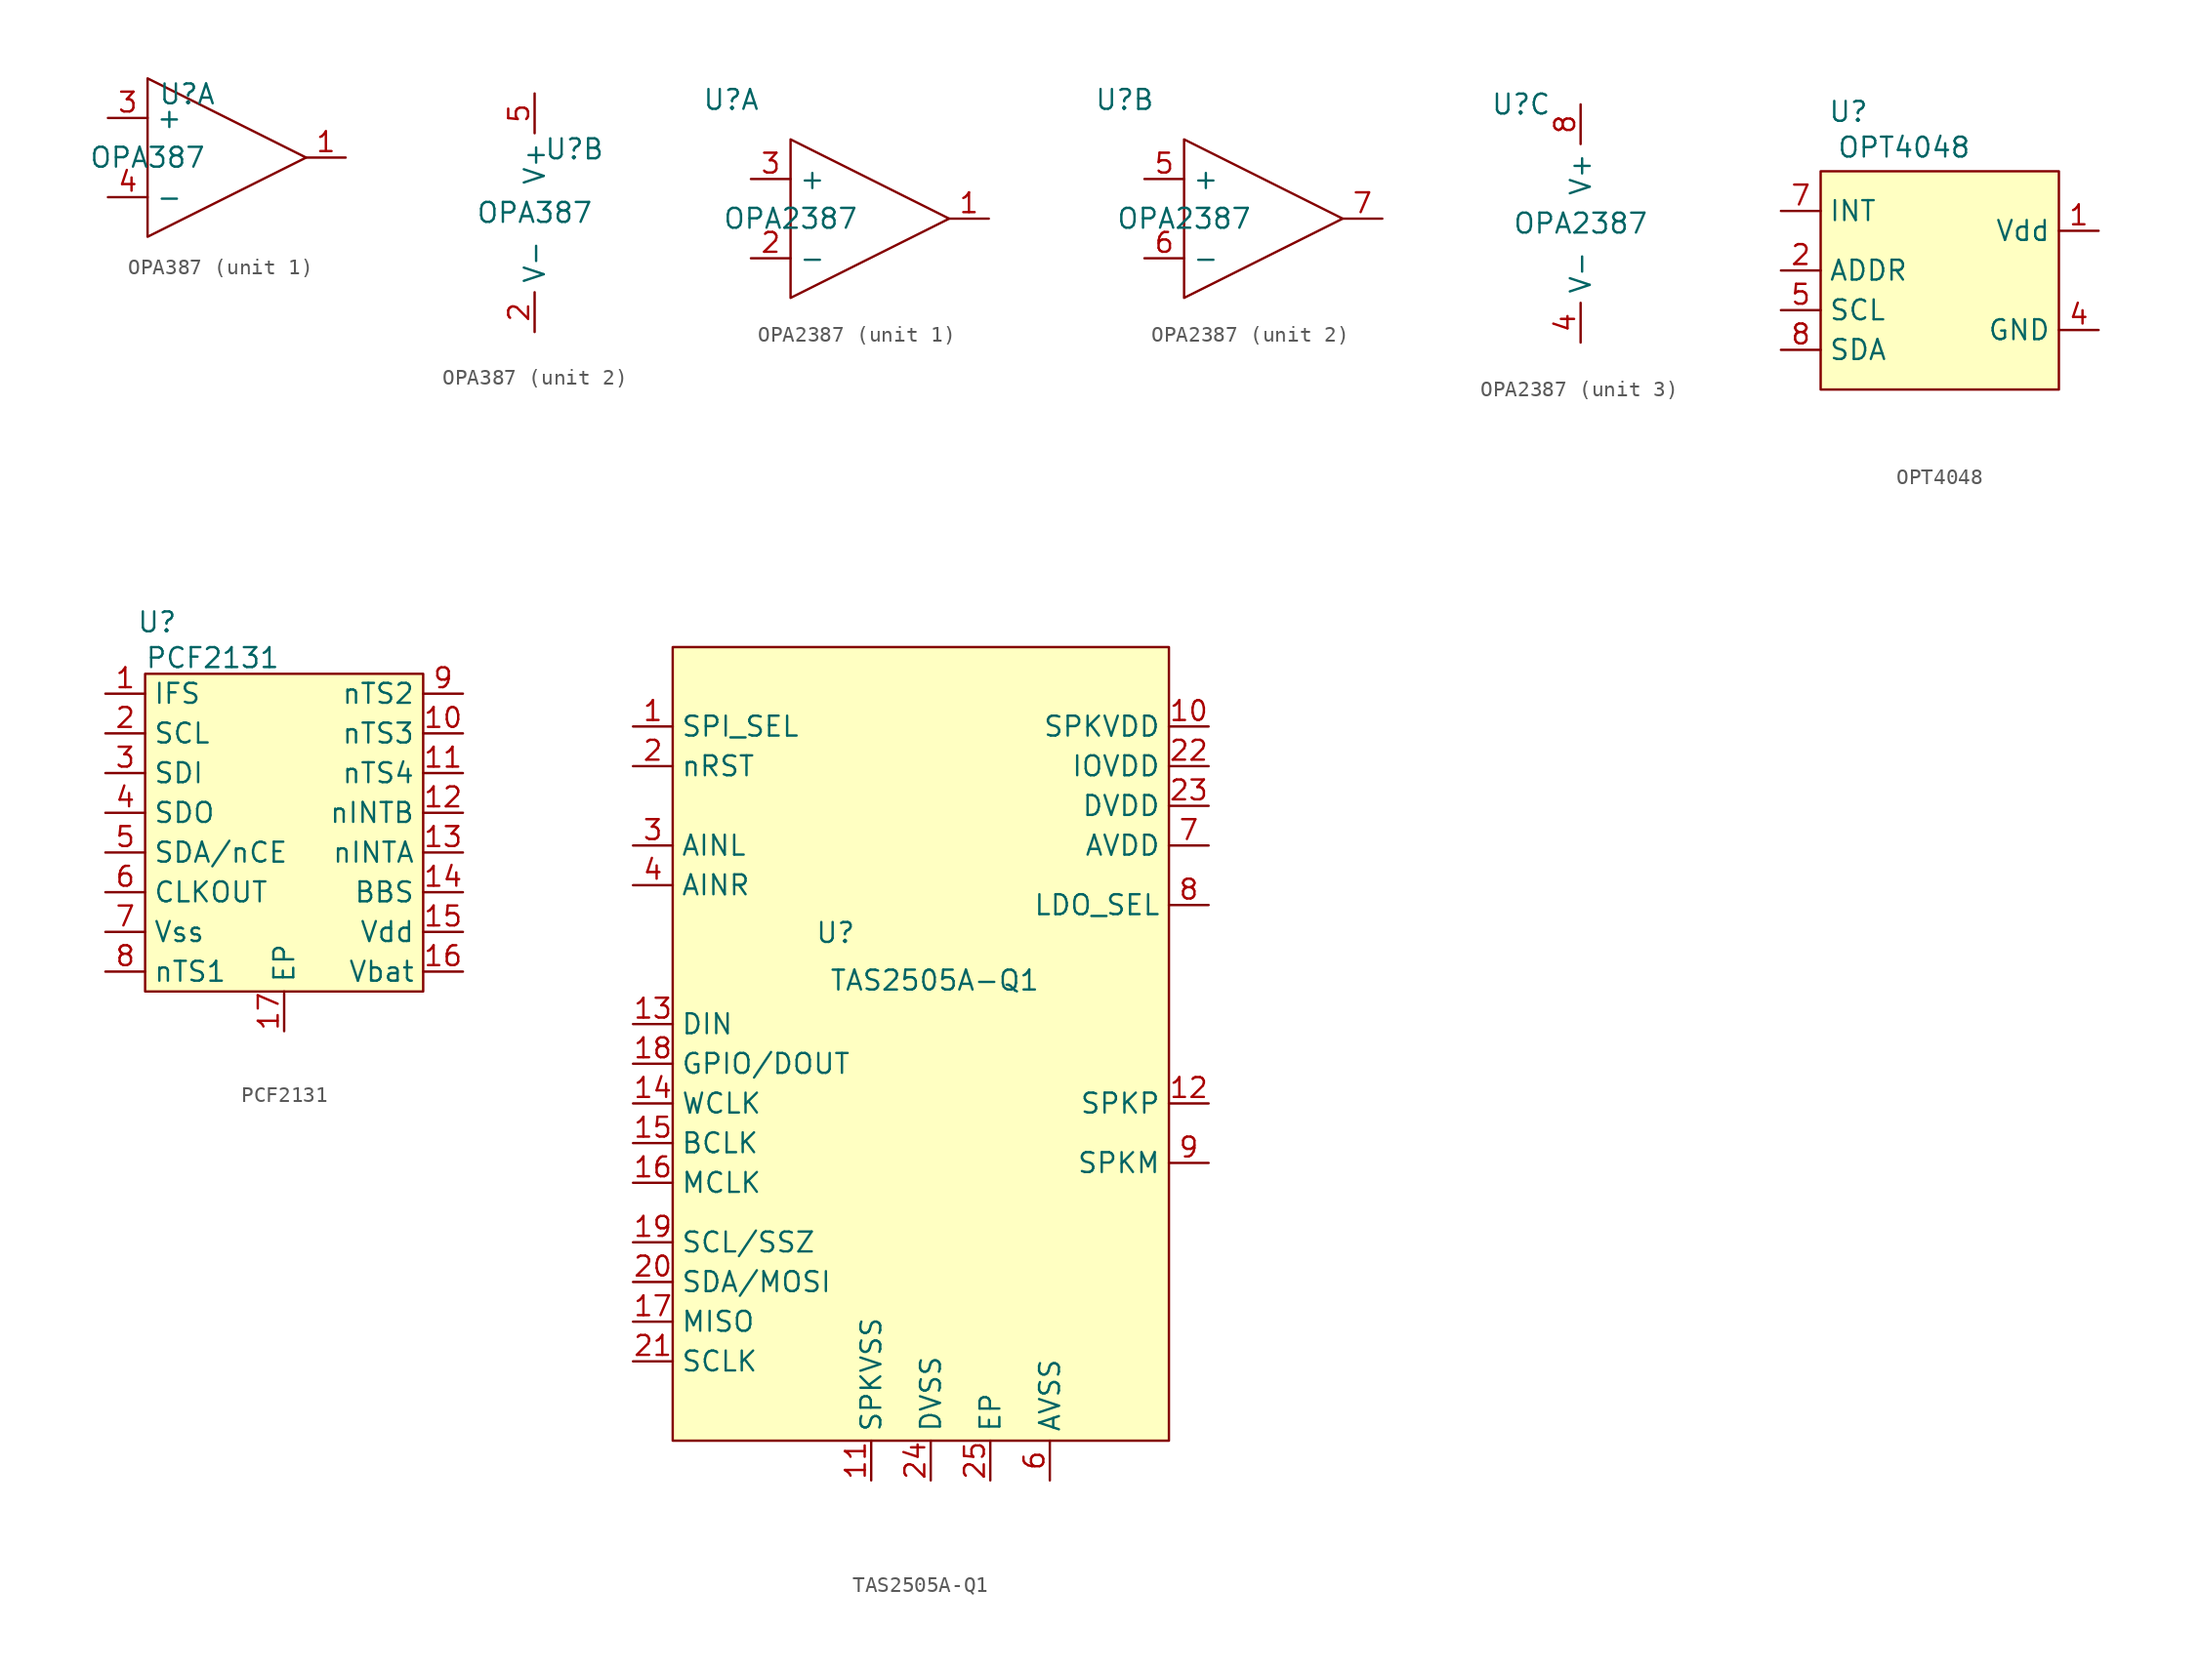
<source format=kicad_sym>
(kicad_symbol_lib
  (version 20231120)
  (generator "kicad_symbol_editor")
  (generator_version "8.0")
  (symbol "OPA387"
    (property "Reference" "U"
      (at 2.54 4.064 0)
      (effects (font (size 1.27 1.27))))
    (property "Value" "OPA387"
      (at 0 0 0)
      (effects (font (size 1.27 1.27))))
    (property "ki_locked" ""
      (at 0 0 0)
      (effects (font (size 1.27 1.27))))
    (symbol "OPA387_1_1"
      (polyline (pts (xy 0 5.08) (xy 0 -5.08) (xy 10.16 0) (xy 0 5.08)) (stroke (width 0) (type default)) (fill (type none)))
      (pin output line (at 12.7 0 180) (length 2.54) (name "" (effects (font (size 1.27 1.27)))) (number "1" (effects (font (size 1.27 1.27)))))
      (pin input line (at -2.54 2.54 0) (length 2.54) (name "+" (effects (font (size 1.27 1.27)))) (number "3" (effects (font (size 1.27 1.27)))))
      (pin input line (at -2.54 -2.54 0) (length 2.54) (name "-" (effects (font (size 1.27 1.27)))) (number "4" (effects (font (size 1.27 1.27))))))
    (symbol "OPA387_2_1"
      (pin power_in line (at 0 -7.62 90) (length 2.54) (name "V-" (effects (font (size 1.27 1.27)))) (number "2" (effects (font (size 1.27 1.27)))))
      (pin power_in line (at 0 7.62 270) (length 2.54) (name "V+" (effects (font (size 1.27 1.27)))) (number "5" (effects (font (size 1.27 1.27)))))))
  (symbol "OPA2387"
    (property "Reference" "U"
      (at -3.81 7.62 0)
      (effects (font (size 1.27 1.27))))
    (property "Value" "OPA2387"
      (at 0 0 0)
      (effects (font (size 1.27 1.27))))
    (property "ki_locked" ""
      (at 0 0 0)
      (effects (font (size 1.27 1.27))))
    (symbol "OPA2387_1_1"
      (polyline (pts (xy 0 5.08) (xy 0 -5.08) (xy 10.16 0) (xy 0 5.08)) (stroke (width 0) (type default)) (fill (type none)))
      (pin output line (at 12.7 0 180) (length 2.54) (name "" (effects (font (size 1.27 1.27)))) (number "1" (effects (font (size 1.27 1.27)))))
      (pin input line (at -2.54 -2.54 0) (length 2.54) (name "-" (effects (font (size 1.27 1.27)))) (number "2" (effects (font (size 1.27 1.27)))))
      (pin input line (at -2.54 2.54 0) (length 2.54) (name "+" (effects (font (size 1.27 1.27)))) (number "3" (effects (font (size 1.27 1.27))))))
    (symbol "OPA2387_2_1"
      (polyline (pts (xy 0 5.08) (xy 0 -5.08) (xy 10.16 0) (xy 0 5.08)) (stroke (width 0) (type default)) (fill (type none)))
      (pin input line (at -2.54 2.54 0) (length 2.54) (name "+" (effects (font (size 1.27 1.27)))) (number "5" (effects (font (size 1.27 1.27)))))
      (pin input line (at -2.54 -2.54 0) (length 2.54) (name "-" (effects (font (size 1.27 1.27)))) (number "6" (effects (font (size 1.27 1.27)))))
      (pin output line (at 12.7 0 180) (length 2.54) (name "" (effects (font (size 1.27 1.27)))) (number "7" (effects (font (size 1.27 1.27))))))
    (symbol "OPA2387_3_1"
      (pin power_in line (at 0 -7.62 90) (length 2.54) (name "V-" (effects (font (size 1.27 1.27)))) (number "4" (effects (font (size 1.27 1.27)))))
      (pin power_in line (at 0 7.62 270) (length 2.54) (name "V+" (effects (font (size 1.27 1.27)))) (number "8" (effects (font (size 1.27 1.27)))))))
  (symbol "OPT4048"
    (property "Reference" "U"
      (at -5.842 3.81 0)
      (effects (font (size 1.27 1.27))))
    (property "Value" "OPT4048"
      (at -2.286 1.524 0)
      (effects (font (size 1.27 1.27))))
    (symbol "OPT4048_0_1"
      (rectangle (start -7.62 0) (end 7.62 -13.97) (stroke (width 0) (type default)) (fill (type background))))
    (symbol "OPT4048_1_0"
      (pin input line (at -10.16 -6.35 0) (length 2.54) (name "ADDR" (effects (font (size 1.27 1.27)))) (number "2" (effects (font (size 1.27 1.27)))))
      (pin no_connect line (at 1.27 -16.51 90) (length 2.54) hide (name "NC" (effects (font (size 1.27 1.27)))) (number "3" (effects (font (size 1.27 1.27)))))
      (pin power_in line (at 10.16 -10.16 180) (length 2.54) (name "GND" (effects (font (size 1.27 1.27)))) (number "4" (effects (font (size 1.27 1.27)))))
      (pin input line (at -10.16 -8.89 0) (length 2.54) (name "SCL" (effects (font (size 1.27 1.27)))) (number "5" (effects (font (size 1.27 1.27)))))
      (pin no_connect line (at 0 -16.51 90) (length 2.54) hide (name "NC" (effects (font (size 1.27 1.27)))) (number "6" (effects (font (size 1.27 1.27)))))
      (pin output line (at -10.16 -2.54 0) (length 2.54) (name "INT" (effects (font (size 1.27 1.27)))) (number "7" (effects (font (size 1.27 1.27)))))
      (pin bidirectional line (at -10.16 -11.43 0) (length 2.54) (name "SDA" (effects (font (size 1.27 1.27)))) (number "8" (effects (font (size 1.27 1.27))))))
    (symbol "OPT4048_1_1"
      (pin power_in line (at 10.16 -3.81 180) (length 2.54) (name "Vdd" (effects (font (size 1.27 1.27)))) (number "1" (effects (font (size 1.27 1.27)))))))
  (symbol "PCF2131"
    (property "Reference" "U"
      (at -8.128 3.302 0)
      (effects (font (size 1.27 1.27))))
    (property "Value" "PCF2131"
      (at -4.572 1.016 0)
      (effects (font (size 1.27 1.27))))
    (symbol "PCF2131_0_0"
      (pin input line (at -11.43 -1.27 0) (length 2.54) (name "IFS" (effects (font (size 1.27 1.27)))) (number "1" (effects (font (size 1.27 1.27)))))
      (pin input line (at 11.43 -3.81 180) (length 2.54) (name "nTS3" (effects (font (size 1.27 1.27)))) (number "10" (effects (font (size 1.27 1.27)))))
      (pin input line (at 11.43 -6.35 180) (length 2.54) (name "nTS4" (effects (font (size 1.27 1.27)))) (number "11" (effects (font (size 1.27 1.27)))))
      (pin open_collector line (at 11.43 -8.89 180) (length 2.54) (name "nINTB" (effects (font (size 1.27 1.27)))) (number "12" (effects (font (size 1.27 1.27)))))
      (pin open_collector line (at 11.43 -11.43 180) (length 2.54) (name "nINTA" (effects (font (size 1.27 1.27)))) (number "13" (effects (font (size 1.27 1.27)))))
      (pin power_out line (at 11.43 -13.97 180) (length 2.54) (name "BBS" (effects (font (size 1.27 1.27)))) (number "14" (effects (font (size 1.27 1.27)))))
      (pin power_in line (at 11.43 -16.51 180) (length 2.54) (name "Vdd" (effects (font (size 1.27 1.27)))) (number "15" (effects (font (size 1.27 1.27)))))
      (pin power_in line (at 11.43 -19.05 180) (length 2.54) (name "Vbat" (effects (font (size 1.27 1.27)))) (number "16" (effects (font (size 1.27 1.27)))))
      (pin input line (at -11.43 -3.81 0) (length 2.54) (name "SCL" (effects (font (size 1.27 1.27)))) (number "2" (effects (font (size 1.27 1.27)))))
      (pin input line (at -11.43 -6.35 0) (length 2.54) (name "SDI" (effects (font (size 1.27 1.27)))) (number "3" (effects (font (size 1.27 1.27)))))
      (pin output line (at -11.43 -8.89 0) (length 2.54) (name "SDO" (effects (font (size 1.27 1.27)))) (number "4" (effects (font (size 1.27 1.27)))))
      (pin input line (at -11.43 -11.43 0) (length 2.54) (name "SDA/nCE" (effects (font (size 1.27 1.27)))) (number "5" (effects (font (size 1.27 1.27)))))
      (pin output line (at -11.43 -13.97 0) (length 2.54) (name "CLKOUT" (effects (font (size 1.27 1.27)))) (number "6" (effects (font (size 1.27 1.27)))))
      (pin power_in line (at -11.43 -16.51 0) (length 2.54) (name "Vss" (effects (font (size 1.27 1.27)))) (number "7" (effects (font (size 1.27 1.27)))))
      (pin unspecified line (at -11.43 -19.05 0) (length 2.54) (name "nTS1" (effects (font (size 1.27 1.27)))) (number "8" (effects (font (size 1.27 1.27)))))
      (pin input line (at 11.43 -1.27 180) (length 2.54) (name "nTS2" (effects (font (size 1.27 1.27)))) (number "9" (effects (font (size 1.27 1.27))))))
    (symbol "PCF2131_0_1"
      (rectangle (start -8.89 0) (end 8.89 -20.32) (stroke (width 0) (type default)) (fill (type background))))
    (symbol "PCF2131_1_1"
      (pin input line (at 0 -22.86 90) (length 2.54) (name "EP" (effects (font (size 1.27 1.27)))) (number "17" (effects (font (size 1.27 1.27)))))))
  (symbol "TAS2505A-Q1"
    (property "Reference" "U"
      (at 12.954 -18.288 0)
      (effects (font (size 1.27 1.27))))
    (property "Value" "TAS2505A-Q1"
      (at 19.304 -21.336 0)
      (effects (font (size 1.27 1.27))))
    (symbol "TAS2505A-Q1_0_0"
      (pin input line (at 0 -5.08 0) (length 2.54) (name "SPI_SEL" (effects (font (size 1.27 1.27)))) (number "1" (effects (font (size 1.27 1.27)))))
      (pin power_in line (at 36.83 -5.08 180) (length 2.54) (name "SPKVDD" (effects (font (size 1.27 1.27)))) (number "10" (effects (font (size 1.27 1.27)))))
      (pin power_in line (at 15.24 -53.34 90) (length 2.54) (name "SPKVSS" (effects (font (size 1.27 1.27)))) (number "11" (effects (font (size 1.27 1.27)))))
      (pin output line (at 36.83 -29.21 180) (length 2.54) (name "SPKP" (effects (font (size 1.27 1.27)))) (number "12" (effects (font (size 1.27 1.27)))))
      (pin input line (at 0 -24.13 0) (length 2.54) (name "DIN" (effects (font (size 1.27 1.27)))) (number "13" (effects (font (size 1.27 1.27)))))
      (pin input line (at 0 -29.21 0) (length 2.54) (name "WCLK" (effects (font (size 1.27 1.27)))) (number "14" (effects (font (size 1.27 1.27)))))
      (pin input line (at 0 -31.75 0) (length 2.54) (name "BCLK" (effects (font (size 1.27 1.27)))) (number "15" (effects (font (size 1.27 1.27)))))
      (pin input line (at 0 -34.29 0) (length 2.54) (name "MCLK" (effects (font (size 1.27 1.27)))) (number "16" (effects (font (size 1.27 1.27)))))
      (pin output line (at 0 -43.18 0) (length 2.54) (name "MISO" (effects (font (size 1.27 1.27)))) (number "17" (effects (font (size 1.27 1.27)))))
      (pin bidirectional line (at 0 -26.67 0) (length 2.54) (name "GPIO/DOUT" (effects (font (size 1.27 1.27)))) (number "18" (effects (font (size 1.27 1.27)))))
      (pin input line (at 0 -38.1 0) (length 2.54) (name "SCL/SSZ" (effects (font (size 1.27 1.27)))) (number "19" (effects (font (size 1.27 1.27)))))
      (pin input line (at 0 -7.62 0) (length 2.54) (name "nRST" (effects (font (size 1.27 1.27)))) (number "2" (effects (font (size 1.27 1.27)))))
      (pin input line (at 0 -40.64 0) (length 2.54) (name "SDA/MOSI" (effects (font (size 1.27 1.27)))) (number "20" (effects (font (size 1.27 1.27)))))
      (pin input line (at 0 -45.72 0) (length 2.54) (name "SCLK" (effects (font (size 1.27 1.27)))) (number "21" (effects (font (size 1.27 1.27)))))
      (pin power_in line (at 36.83 -7.62 180) (length 2.54) (name "IOVDD" (effects (font (size 1.27 1.27)))) (number "22" (effects (font (size 1.27 1.27)))))
      (pin power_in line (at 36.83 -10.16 180) (length 2.54) (name "DVDD" (effects (font (size 1.27 1.27)))) (number "23" (effects (font (size 1.27 1.27)))))
      (pin power_in line (at 19.05 -53.34 90) (length 2.54) (name "DVSS" (effects (font (size 1.27 1.27)))) (number "24" (effects (font (size 1.27 1.27)))))
      (pin passive line (at 22.86 -53.34 90) (length 2.54) (name "EP" (effects (font (size 1.27 1.27)))) (number "25" (effects (font (size 1.27 1.27)))))
      (pin input line (at 0 -12.7 0) (length 2.54) (name "AINL" (effects (font (size 1.27 1.27)))) (number "3" (effects (font (size 1.27 1.27)))))
      (pin input line (at 0 -15.24 0) (length 2.54) (name "AINR" (effects (font (size 1.27 1.27)))) (number "4" (effects (font (size 1.27 1.27)))))
      (pin no_connect line (at 11.43 -53.34 90) (length 2.54) hide (name "NC" (effects (font (size 1.27 1.27)))) (number "5" (effects (font (size 1.27 1.27)))))
      (pin power_in line (at 26.67 -53.34 90) (length 2.54) (name "AVSS" (effects (font (size 1.27 1.27)))) (number "6" (effects (font (size 1.27 1.27)))))
      (pin power_in line (at 36.83 -12.7 180) (length 2.54) (name "AVDD" (effects (font (size 1.27 1.27)))) (number "7" (effects (font (size 1.27 1.27)))))
      (pin input line (at 36.83 -16.51 180) (length 2.54) (name "LDO_SEL" (effects (font (size 1.27 1.27)))) (number "8" (effects (font (size 1.27 1.27)))))
      (pin output line (at 36.83 -33.02 180) (length 2.54) (name "SPKM" (effects (font (size 1.27 1.27)))) (number "9" (effects (font (size 1.27 1.27))))))
    (symbol "TAS2505A-Q1_0_1"
      (rectangle (start 2.54 0) (end 34.29 -50.8) (stroke (width 0) (type default)) (fill (type color) (color 255 255 194 1))))))
</source>
